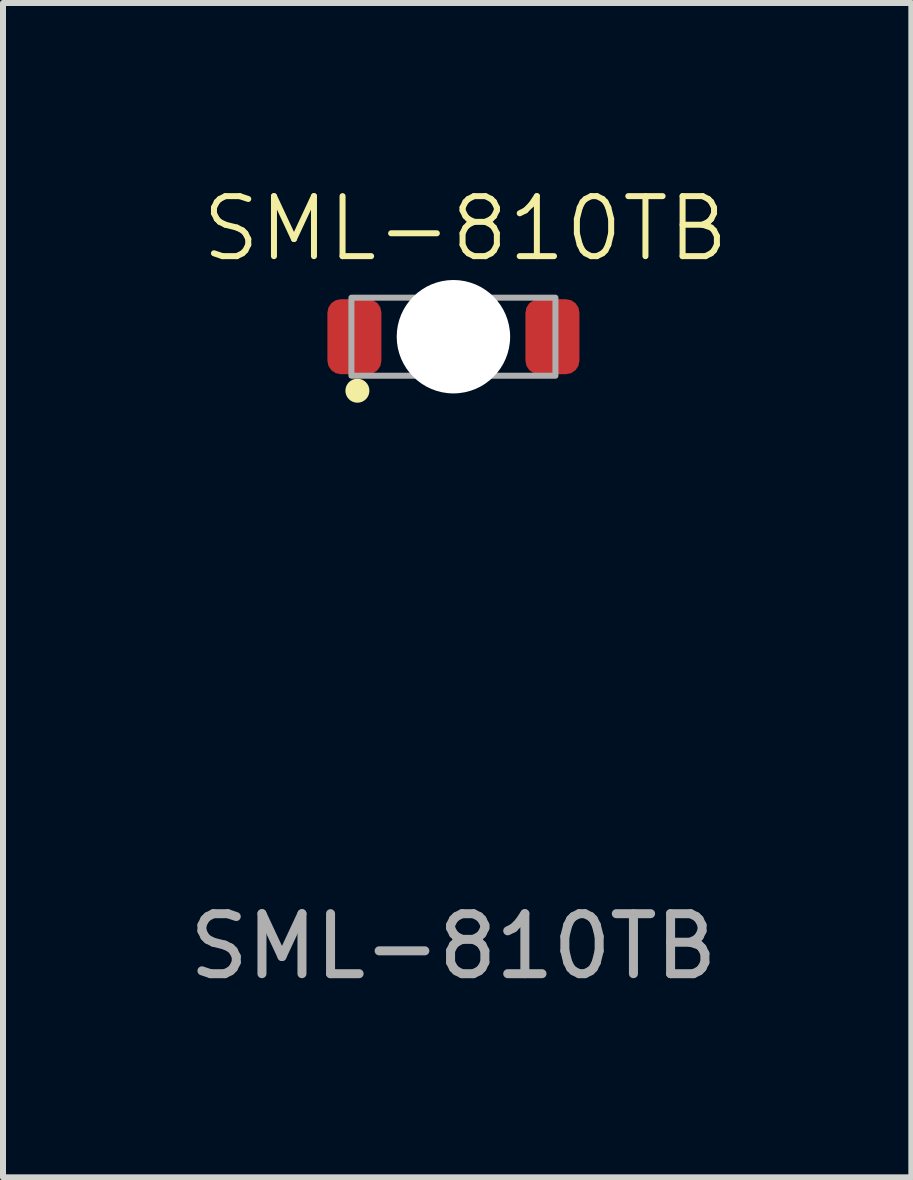
<source format=kicad_pcb>
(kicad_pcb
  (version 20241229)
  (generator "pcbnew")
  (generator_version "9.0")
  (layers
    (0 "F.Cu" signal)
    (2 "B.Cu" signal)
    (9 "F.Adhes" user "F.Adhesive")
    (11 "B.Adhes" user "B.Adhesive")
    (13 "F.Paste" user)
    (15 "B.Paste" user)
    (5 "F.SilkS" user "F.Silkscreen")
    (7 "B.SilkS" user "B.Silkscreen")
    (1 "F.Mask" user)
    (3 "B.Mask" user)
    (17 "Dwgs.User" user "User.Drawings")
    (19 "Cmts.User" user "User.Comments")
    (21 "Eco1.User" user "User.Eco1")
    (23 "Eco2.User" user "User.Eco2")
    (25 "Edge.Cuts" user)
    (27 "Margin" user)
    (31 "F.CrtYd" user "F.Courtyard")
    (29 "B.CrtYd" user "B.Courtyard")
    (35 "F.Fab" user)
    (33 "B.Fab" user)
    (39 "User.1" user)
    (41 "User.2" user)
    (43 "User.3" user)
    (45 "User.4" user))
  (footprint "SML-810TB"
    (layer "F.Cu")
    (at 4.506 2.561)
    (property "Reference" "SML-810TB" (at 0.2 -1.8 0) (unlocked yes) (layer "F.SilkS") (effects (font (size 1 1) (thickness 0.1))))
    (attr smd)
    (fp_circle (center -1.6 0.9) (end -1.5 0.9) (stroke (width 0.2) (type default)) (fill no) (layer "F.SilkS"))
    (fp_rect (start -1.7 0.65) (end 1.7 -0.65) (stroke (width 0.1) (type default)) (fill no) (layer "F.Fab"))
    (fp_rect (start 0.6 -0.65) (end -0.6 0.65) (stroke (width 0.1) (type default)) (fill no) (layer "F.Fab"))
    (fp_text user "${REFERENCE}" (at 0 10.16 0) (unlocked yes) (layer "F.Fab") (effects (font (size 1 1) (thickness 0.15))))
    (pad "" np_thru_hole circle (at 0 0) (size 1.89 1.89) (drill 1.89) (layers "*.Cu" "*.Mask"))
    (pad "1" smd roundrect (at -1.65 0) (size 0.9 1.25) (layers "F.Cu" "F.Mask" "F.Paste") (roundrect_rratio 0.25))
    (pad "2" smd roundrect (at 1.65 0) (size 0.9 1.25) (layers "F.Cu" "F.Mask" "F.Paste") (roundrect_rratio 0.25)))
  (gr_rect
    (start -3 -3)
    (end 12.137 16.569)
    (stroke (width 0.1) (type default))
    (fill no)
    (layer "Edge.Cuts")))
</source>
